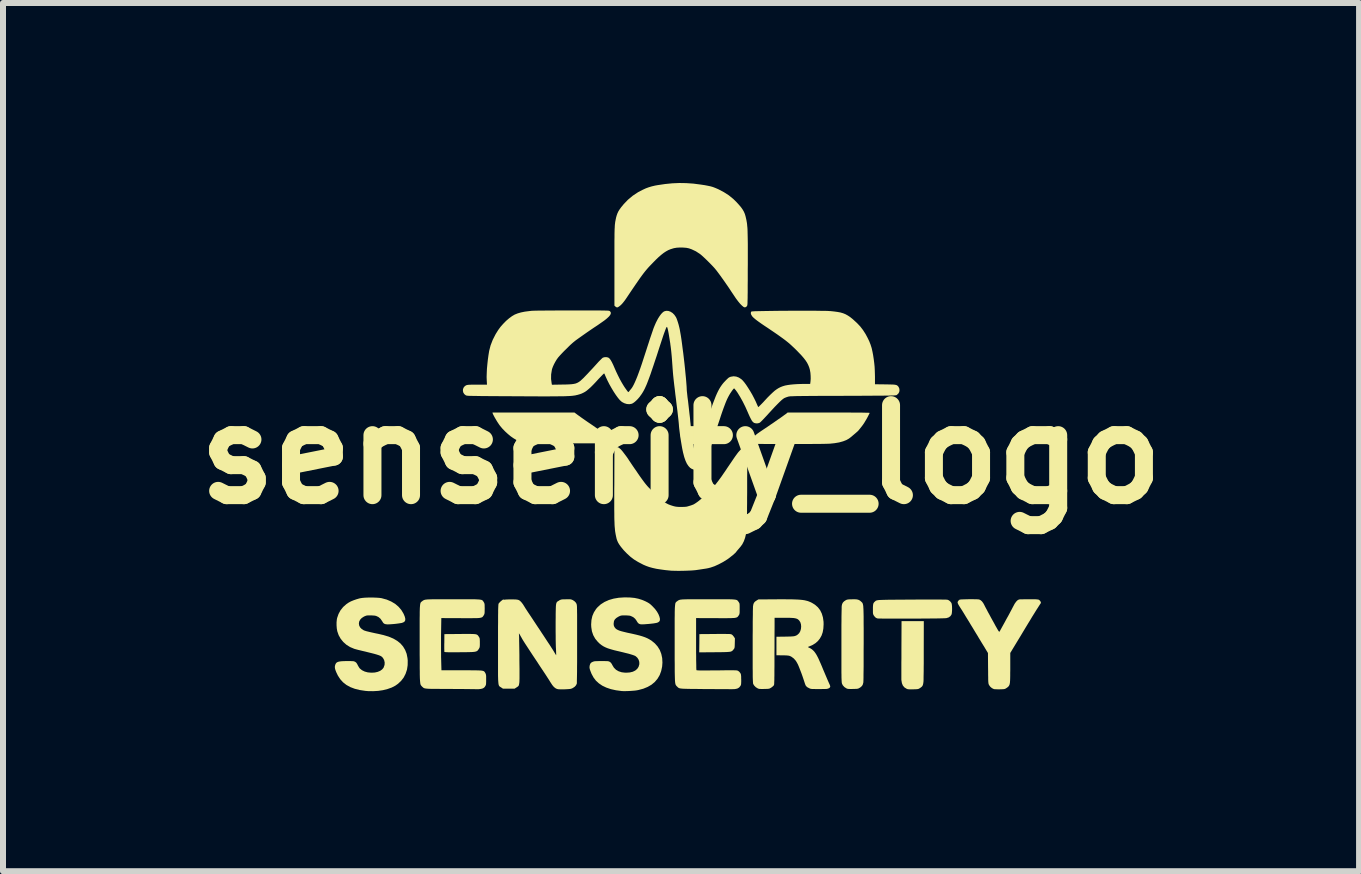
<source format=kicad_pcb>
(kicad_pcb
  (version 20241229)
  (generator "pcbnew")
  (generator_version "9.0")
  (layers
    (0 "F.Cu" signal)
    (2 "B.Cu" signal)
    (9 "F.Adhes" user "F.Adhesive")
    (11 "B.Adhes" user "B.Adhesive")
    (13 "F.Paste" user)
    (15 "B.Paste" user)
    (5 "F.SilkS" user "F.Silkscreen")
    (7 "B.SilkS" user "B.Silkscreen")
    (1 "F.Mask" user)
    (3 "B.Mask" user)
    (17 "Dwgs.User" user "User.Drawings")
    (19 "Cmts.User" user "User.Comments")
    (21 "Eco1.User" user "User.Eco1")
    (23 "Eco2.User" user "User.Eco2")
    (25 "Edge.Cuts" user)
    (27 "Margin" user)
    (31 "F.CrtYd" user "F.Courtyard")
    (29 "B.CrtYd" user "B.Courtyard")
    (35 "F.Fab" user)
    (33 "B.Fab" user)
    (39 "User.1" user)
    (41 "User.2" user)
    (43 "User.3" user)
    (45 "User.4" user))
  (footprint "senserity_logo"
    (layer "F.Cu")
    (at 8.3 4.524)
    (property "Reference" "senserity_logo" (at 0 0 0) (layer "F.SilkS") (effects (font (size 1.5 1.5) (thickness 0.3))))
    (attr board_only exclude_from_pos_files exclude_from_bom)
    (fp_poly (pts (xy 0.73 2.991) (xy 0.766 2.992) (xy 0.794 2.992) (xy 0.814 2.993) (xy 0.828 2.995) (xy 0.838 2.997) (xy 0.84 2.998) (xy 0.858 3.01) (xy 0.875 3.031) (xy 0.879 3.035) (xy 0.898 3.065) (xy 0.896 3.146) (xy 0.895 3.179) (xy 0.894 3.202) (xy 0.892 3.218) (xy 0.889 3.229) (xy 0.884 3.238) (xy 0.876 3.248) (xy 0.875 3.249) (xy 0.867 3.26) (xy 0.859 3.268) (xy 0.85 3.276) (xy 0.84 3.281) (xy 0.827 3.286) (xy 0.809 3.289) (xy 0.786 3.291) (xy 0.756 3.293) (xy 0.719 3.294) (xy 0.672 3.295) (xy 0.616 3.295) (xy 0.558 3.296) (xy 0.303 3.298) (xy 0.305 3.146) (xy 0.306 2.994) (xy 0.563 2.992) (xy 0.63 2.991) (xy 0.685 2.991)) (stroke (width 0) (type solid)) (fill yes) (layer "F.SilkS"))
    (fp_poly (pts (xy 4.045 3.259) (xy 4.045 3.336) (xy 4.045 3.411) (xy 4.045 3.482) (xy 4.044 3.549) (xy 4.044 3.61) (xy 4.043 3.664) (xy 4.042 3.71) (xy 4.042 3.747) (xy 4.041 3.774) (xy 4.04 3.79) (xy 4.04 3.791) (xy 4.035 3.824) (xy 4.028 3.848) (xy 4.016 3.867) (xy 3.997 3.883) (xy 3.981 3.894) (xy 3.968 3.902) (xy 3.957 3.907) (xy 3.944 3.91) (xy 3.928 3.912) (xy 3.905 3.913) (xy 3.872 3.914) (xy 3.867 3.914) (xy 3.831 3.915) (xy 3.805 3.914) (xy 3.786 3.913) (xy 3.772 3.91) (xy 3.76 3.905) (xy 3.758 3.904) (xy 3.723 3.882) (xy 3.697 3.851) (xy 3.681 3.812) (xy 3.673 3.764) (xy 3.672 3.753) (xy 3.672 3.741) (xy 3.672 3.717) (xy 3.672 3.683) (xy 3.672 3.64) (xy 3.672 3.589) (xy 3.672 3.531) (xy 3.672 3.466) (xy 3.673 3.397) (xy 3.673 3.324) (xy 3.673 3.248) (xy 3.673 3.246) (xy 3.675 2.778) (xy 3.86 2.778) (xy 4.046 2.778)) (stroke (width 0) (type solid)) (fill yes) (layer "F.SilkS"))
    (fp_poly (pts (xy -3.519 2.991) (xy -3.482 2.992) (xy -3.453 2.993) (xy -3.431 2.995) (xy -3.414 2.998) (xy -3.402 3.003) (xy -3.392 3.009) (xy -3.385 3.016) (xy -3.378 3.025) (xy -3.371 3.036) (xy -3.371 3.036) (xy -3.363 3.048) (xy -3.358 3.06) (xy -3.355 3.072) (xy -3.354 3.089) (xy -3.353 3.114) (xy -3.353 3.14) (xy -3.353 3.171) (xy -3.354 3.194) (xy -3.356 3.209) (xy -3.359 3.221) (xy -3.365 3.232) (xy -3.371 3.242) (xy -3.379 3.254) (xy -3.387 3.264) (xy -3.395 3.273) (xy -3.406 3.279) (xy -3.419 3.284) (xy -3.436 3.288) (xy -3.46 3.291) (xy -3.489 3.293) (xy -3.527 3.294) (xy -3.573 3.295) (xy -3.63 3.295) (xy -3.689 3.296) (xy -3.753 3.296) (xy -3.806 3.296) (xy -3.849 3.296) (xy -3.882 3.296) (xy -3.908 3.295) (xy -3.925 3.294) (xy -3.936 3.293) (xy -3.942 3.291) (xy -3.944 3.29) (xy -3.945 3.281) (xy -3.945 3.262) (xy -3.946 3.235) (xy -3.946 3.201) (xy -3.946 3.161) (xy -3.945 3.138) (xy -3.944 2.994) (xy -3.687 2.992) (xy -3.62 2.991) (xy -3.564 2.991)) (stroke (width 0) (type solid)) (fill yes) (layer "F.SilkS"))
    (fp_poly (pts (xy -1.728 -0.663) (xy -1.703 -0.645) (xy -1.67 -0.621) (xy -1.63 -0.593) (xy -1.583 -0.56) (xy -1.532 -0.525) (xy -1.477 -0.488) (xy -1.421 -0.449) (xy -1.384 -0.424) (xy -1.339 -0.393) (xy -1.304 -0.368) (xy -1.275 -0.348) (xy -1.252 -0.33) (xy -1.234 -0.314) (xy -1.218 -0.298) (xy -1.202 -0.282) (xy -1.201 -0.281) (xy -1.183 -0.26) (xy -1.173 -0.245) (xy -1.17 -0.234) (xy -1.172 -0.223) (xy -1.176 -0.216) (xy -1.178 -0.211) (xy -1.181 -0.207) (xy -1.185 -0.203) (xy -1.19 -0.199) (xy -1.198 -0.197) (xy -1.209 -0.194) (xy -1.223 -0.192) (xy -1.242 -0.191) (xy -1.267 -0.189) (xy -1.297 -0.188) (xy -1.334 -0.187) (xy -1.378 -0.187) (xy -1.43 -0.186) (xy -1.491 -0.186) (xy -1.562 -0.186) (xy -1.643 -0.186) (xy -1.734 -0.186) (xy -1.838 -0.186) (xy -1.839 -0.186) (xy -1.926 -0.187) (xy -2.011 -0.187) (xy -2.093 -0.187) (xy -2.17 -0.188) (xy -2.242 -0.188) (xy -2.308 -0.189) (xy -2.367 -0.189) (xy -2.417 -0.19) (xy -2.458 -0.191) (xy -2.489 -0.192) (xy -2.509 -0.192) (xy -2.515 -0.193) (xy -2.586 -0.201) (xy -2.655 -0.214) (xy -2.713 -0.229) (xy -2.75 -0.245) (xy -2.792 -0.27) (xy -2.838 -0.302) (xy -2.884 -0.34) (xy -2.93 -0.382) (xy -2.974 -0.427) (xy -3.014 -0.474) (xy -3.033 -0.5) (xy -3.049 -0.524) (xy -3.068 -0.553) (xy -3.086 -0.584) (xy -3.105 -0.616) (xy -3.12 -0.644) (xy -3.132 -0.668) (xy -3.139 -0.684) (xy -3.139 -0.685) (xy -3.143 -0.699) (xy -2.46 -0.699) (xy -1.776 -0.699)) (stroke (width 0) (type solid)) (fill yes) (layer "F.SilkS"))
    (fp_poly (pts (xy 4.224 2.418) (xy 4.282 2.418) (xy 4.333 2.418) (xy 4.375 2.419) (xy 4.407 2.419) (xy 4.429 2.42) (xy 4.44 2.421) (xy 4.44 2.421) (xy 4.464 2.431) (xy 4.486 2.449) (xy 4.503 2.47) (xy 4.509 2.482) (xy 4.513 2.502) (xy 4.516 2.529) (xy 4.517 2.561) (xy 4.517 2.594) (xy 4.515 2.626) (xy 4.512 2.651) (xy 4.508 2.667) (xy 4.49 2.694) (xy 4.462 2.715) (xy 4.425 2.727) (xy 4.416 2.728) (xy 4.404 2.729) (xy 4.38 2.73) (xy 4.347 2.731) (xy 4.305 2.732) (xy 4.254 2.733) (xy 4.198 2.733) (xy 4.135 2.734) (xy 4.068 2.734) (xy 3.998 2.735) (xy 3.926 2.735) (xy 3.852 2.736) (xy 3.778 2.736) (xy 3.705 2.736) (xy 3.635 2.736) (xy 3.567 2.736) (xy 3.504 2.736) (xy 3.446 2.736) (xy 3.395 2.735) (xy 3.351 2.735) (xy 3.316 2.734) (xy 3.291 2.734) (xy 3.277 2.733) (xy 3.274 2.733) (xy 3.253 2.725) (xy 3.235 2.712) (xy 3.218 2.691) (xy 3.212 2.683) (xy 3.206 2.672) (xy 3.202 2.661) (xy 3.199 2.648) (xy 3.198 2.629) (xy 3.198 2.603) (xy 3.198 2.58) (xy 3.198 2.542) (xy 3.2 2.514) (xy 3.203 2.493) (xy 3.208 2.478) (xy 3.216 2.466) (xy 3.227 2.455) (xy 3.233 2.45) (xy 3.238 2.445) (xy 3.243 2.44) (xy 3.25 2.437) (xy 3.258 2.433) (xy 3.269 2.431) (xy 3.282 2.428) (xy 3.3 2.426) (xy 3.323 2.425) (xy 3.351 2.424) (xy 3.386 2.423) (xy 3.428 2.422) (xy 3.477 2.421) (xy 3.536 2.421) (xy 3.603 2.42) (xy 3.681 2.42) (xy 3.77 2.419) (xy 3.848 2.419) (xy 3.931 2.418) (xy 4.012 2.418) (xy 4.088 2.418) (xy 4.159 2.418)) (stroke (width 0) (type solid)) (fill yes) (layer "F.SilkS"))
    (fp_poly (pts (xy 2.575 -0.699) (xy 2.679 -0.699) (xy 2.771 -0.699) (xy 2.852 -0.698) (xy 2.922 -0.698) (xy 2.982 -0.698) (xy 3.031 -0.697) (xy 3.071 -0.696) (xy 3.102 -0.695) (xy 3.124 -0.695) (xy 3.137 -0.694) (xy 3.142 -0.692) (xy 3.143 -0.692) (xy 3.14 -0.683) (xy 3.131 -0.666) (xy 3.119 -0.642) (xy 3.105 -0.615) (xy 3.089 -0.586) (xy 3.072 -0.558) (xy 3.057 -0.533) (xy 3.053 -0.526) (xy 3.032 -0.495) (xy 3.008 -0.463) (xy 2.98 -0.428) (xy 2.958 -0.401) (xy 2.948 -0.39) (xy 2.93 -0.374) (xy 2.906 -0.353) (xy 2.88 -0.331) (xy 2.854 -0.309) (xy 2.829 -0.288) (xy 2.808 -0.272) (xy 2.799 -0.265) (xy 2.755 -0.24) (xy 2.701 -0.219) (xy 2.636 -0.201) (xy 2.56 -0.188) (xy 2.483 -0.18) (xy 2.463 -0.179) (xy 2.431 -0.178) (xy 2.388 -0.177) (xy 2.334 -0.176) (xy 2.27 -0.175) (xy 2.197 -0.175) (xy 2.114 -0.174) (xy 2.023 -0.174) (xy 1.924 -0.174) (xy 1.818 -0.174) (xy 1.808 -0.174) (xy 1.709 -0.174) (xy 1.621 -0.174) (xy 1.544 -0.174) (xy 1.477 -0.174) (xy 1.42 -0.174) (xy 1.371 -0.175) (xy 1.33 -0.175) (xy 1.296 -0.176) (xy 1.269 -0.176) (xy 1.247 -0.177) (xy 1.23 -0.178) (xy 1.217 -0.179) (xy 1.208 -0.18) (xy 1.201 -0.182) (xy 1.196 -0.183) (xy 1.192 -0.185) (xy 1.19 -0.186) (xy 1.172 -0.201) (xy 1.164 -0.217) (xy 1.166 -0.235) (xy 1.179 -0.257) (xy 1.202 -0.283) (xy 1.208 -0.289) (xy 1.23 -0.311) (xy 1.251 -0.33) (xy 1.274 -0.348) (xy 1.301 -0.367) (xy 1.334 -0.39) (xy 1.367 -0.412) (xy 1.403 -0.436) (xy 1.442 -0.462) (xy 1.485 -0.492) (xy 1.53 -0.522) (xy 1.574 -0.553) (xy 1.617 -0.583) (xy 1.658 -0.611) (xy 1.693 -0.636) (xy 1.723 -0.658) (xy 1.746 -0.674) (xy 1.759 -0.684) (xy 1.776 -0.699) (xy 2.459 -0.699)) (stroke (width 0) (type solid)) (fill yes) (layer "F.SilkS"))
    (fp_poly (pts (xy 2.924 2.415) (xy 2.95 2.42) (xy 2.971 2.429) (xy 2.99 2.442) (xy 3.002 2.453) (xy 3.009 2.459) (xy 3.014 2.465) (xy 3.02 2.47) (xy 3.024 2.477) (xy 3.028 2.486) (xy 3.031 2.497) (xy 3.034 2.51) (xy 3.037 2.528) (xy 3.038 2.551) (xy 3.04 2.578) (xy 3.041 2.612) (xy 3.042 2.652) (xy 3.043 2.7) (xy 3.043 2.756) (xy 3.043 2.821) (xy 3.044 2.895) (xy 3.044 2.981) (xy 3.044 3.077) (xy 3.044 3.152) (xy 3.043 3.261) (xy 3.043 3.362) (xy 3.043 3.453) (xy 3.043 3.535) (xy 3.042 3.606) (xy 3.041 3.668) (xy 3.041 3.718) (xy 3.04 3.758) (xy 3.039 3.786) (xy 3.038 3.802) (xy 3.037 3.805) (xy 3.029 3.835) (xy 3.016 3.857) (xy 2.995 3.877) (xy 2.979 3.888) (xy 2.966 3.895) (xy 2.955 3.901) (xy 2.942 3.904) (xy 2.926 3.906) (xy 2.902 3.907) (xy 2.87 3.908) (xy 2.865 3.908) (xy 2.829 3.909) (xy 2.803 3.908) (xy 2.784 3.907) (xy 2.77 3.904) (xy 2.758 3.899) (xy 2.756 3.898) (xy 2.722 3.876) (xy 2.696 3.847) (xy 2.682 3.819) (xy 2.681 3.813) (xy 2.679 3.805) (xy 2.678 3.795) (xy 2.677 3.781) (xy 2.676 3.764) (xy 2.675 3.741) (xy 2.674 3.713) (xy 2.674 3.678) (xy 2.673 3.637) (xy 2.673 3.588) (xy 2.673 3.53) (xy 2.673 3.463) (xy 2.673 3.386) (xy 2.673 3.298) (xy 2.673 3.198) (xy 2.673 3.177) (xy 2.673 3.087) (xy 2.673 3) (xy 2.673 2.918) (xy 2.673 2.842) (xy 2.674 2.771) (xy 2.674 2.708) (xy 2.675 2.652) (xy 2.676 2.606) (xy 2.677 2.568) (xy 2.677 2.542) (xy 2.678 2.526) (xy 2.678 2.524) (xy 2.685 2.493) (xy 2.697 2.469) (xy 2.716 2.449) (xy 2.737 2.434) (xy 2.75 2.427) (xy 2.762 2.421) (xy 2.775 2.418) (xy 2.792 2.416) (xy 2.817 2.414) (xy 2.847 2.414) (xy 2.891 2.413)) (stroke (width 0) (type solid)) (fill yes) (layer "F.SilkS"))
    (fp_poly (pts (xy 4.89 2.413) (xy 4.923 2.413) (xy 4.949 2.415) (xy 4.965 2.416) (xy 4.968 2.417) (xy 4.99 2.427) (xy 5.014 2.447) (xy 5.036 2.476) (xy 5.056 2.512) (xy 5.056 2.513) (xy 5.064 2.529) (xy 5.077 2.554) (xy 5.095 2.587) (xy 5.115 2.626) (xy 5.139 2.669) (xy 5.164 2.716) (xy 5.189 2.761) (xy 5.218 2.813) (xy 5.241 2.856) (xy 5.26 2.889) (xy 5.274 2.914) (xy 5.285 2.932) (xy 5.293 2.945) (xy 5.299 2.951) (xy 5.303 2.954) (xy 5.306 2.954) (xy 5.309 2.951) (xy 5.309 2.95) (xy 5.316 2.939) (xy 5.326 2.92) (xy 5.34 2.895) (xy 5.355 2.867) (xy 5.357 2.864) (xy 5.374 2.833) (xy 5.395 2.795) (xy 5.417 2.754) (xy 5.439 2.714) (xy 5.449 2.697) (xy 5.469 2.66) (xy 5.49 2.62) (xy 5.511 2.581) (xy 5.528 2.548) (xy 5.535 2.535) (xy 5.56 2.488) (xy 5.585 2.453) (xy 5.609 2.429) (xy 5.632 2.417) (xy 5.635 2.417) (xy 5.647 2.415) (xy 5.669 2.414) (xy 5.7 2.414) (xy 5.737 2.413) (xy 5.778 2.413) (xy 5.801 2.413) (xy 5.849 2.413) (xy 5.887 2.413) (xy 5.915 2.414) (xy 5.936 2.416) (xy 5.95 2.418) (xy 5.96 2.42) (xy 5.964 2.422) (xy 5.978 2.433) (xy 5.99 2.448) (xy 5.997 2.464) (xy 5.997 2.476) (xy 5.997 2.476) (xy 5.992 2.484) (xy 5.981 2.5) (xy 5.967 2.522) (xy 5.951 2.547) (xy 5.948 2.552) (xy 5.931 2.578) (xy 5.909 2.613) (xy 5.885 2.652) (xy 5.859 2.693) (xy 5.835 2.733) (xy 5.831 2.74) (xy 5.811 2.773) (xy 5.785 2.815) (xy 5.756 2.863) (xy 5.724 2.916) (xy 5.691 2.971) (xy 5.658 3.026) (xy 5.625 3.08) (xy 5.622 3.085) (xy 5.487 3.308) (xy 5.487 3.539) (xy 5.487 3.593) (xy 5.486 3.645) (xy 5.486 3.692) (xy 5.485 3.734) (xy 5.484 3.768) (xy 5.482 3.793) (xy 5.481 3.807) (xy 5.474 3.838) (xy 5.462 3.861) (xy 5.442 3.88) (xy 5.422 3.894) (xy 5.409 3.902) (xy 5.398 3.907) (xy 5.385 3.91) (xy 5.368 3.912) (xy 5.345 3.913) (xy 5.311 3.914) (xy 5.311 3.914) (xy 5.279 3.914) (xy 5.25 3.913) (xy 5.227 3.912) (xy 5.213 3.91) (xy 5.213 3.91) (xy 5.181 3.894) (xy 5.153 3.87) (xy 5.133 3.842) (xy 5.13 3.835) (xy 5.127 3.828) (xy 5.124 3.819) (xy 5.123 3.808) (xy 5.121 3.793) (xy 5.12 3.773) (xy 5.119 3.746) (xy 5.119 3.713) (xy 5.118 3.67) (xy 5.118 3.618) (xy 5.117 3.561) (xy 5.115 3.309) (xy 5.071 3.236) (xy 5.057 3.212) (xy 5.037 3.18) (xy 5.013 3.141) (xy 4.987 3.098) (xy 4.959 3.052) (xy 4.932 3.006) (xy 4.924 2.994) (xy 4.889 2.936) (xy 4.859 2.886) (xy 4.831 2.841) (xy 4.805 2.797) (xy 4.778 2.753) (xy 4.748 2.705) (xy 4.715 2.65) (xy 4.702 2.629) (xy 4.685 2.601) (xy 4.664 2.569) (xy 4.645 2.539) (xy 4.641 2.533) (xy 4.627 2.51) (xy 4.616 2.489) (xy 4.61 2.473) (xy 4.609 2.468) (xy 4.614 2.448) (xy 4.629 2.43) (xy 4.644 2.419) (xy 4.654 2.418) (xy 4.674 2.416) (xy 4.702 2.415) (xy 4.736 2.414) (xy 4.774 2.413) (xy 4.814 2.412) (xy 4.853 2.412)) (stroke (width 0) (type solid)) (fill yes) (layer "F.SilkS"))
    (fp_poly (pts (xy 0.087 -4.522) (xy 0.205 -4.514) (xy 0.328 -4.498) (xy 0.395 -4.488) (xy 0.447 -4.478) (xy 0.49 -4.469) (xy 0.529 -4.458) (xy 0.566 -4.444) (xy 0.606 -4.427) (xy 0.624 -4.419) (xy 0.715 -4.371) (xy 0.796 -4.319) (xy 0.87 -4.259) (xy 0.924 -4.206) (xy 0.966 -4.16) (xy 1 -4.12) (xy 1.026 -4.083) (xy 1.047 -4.047) (xy 1.063 -4.01) (xy 1.075 -3.97) (xy 1.085 -3.927) (xy 1.09 -3.904) (xy 1.094 -3.881) (xy 1.098 -3.858) (xy 1.101 -3.834) (xy 1.103 -3.808) (xy 1.106 -3.78) (xy 1.108 -3.748) (xy 1.109 -3.712) (xy 1.11 -3.671) (xy 1.111 -3.624) (xy 1.112 -3.57) (xy 1.113 -3.508) (xy 1.113 -3.438) (xy 1.113 -3.359) (xy 1.113 -3.269) (xy 1.113 -3.169) (xy 1.112 -3.09) (xy 1.112 -2.99) (xy 1.112 -2.902) (xy 1.111 -2.825) (xy 1.111 -2.758) (xy 1.111 -2.701) (xy 1.11 -2.652) (xy 1.11 -2.611) (xy 1.109 -2.577) (xy 1.108 -2.549) (xy 1.108 -2.527) (xy 1.107 -2.51) (xy 1.106 -2.498) (xy 1.104 -2.488) (xy 1.103 -2.482) (xy 1.101 -2.477) (xy 1.099 -2.474) (xy 1.099 -2.473) (xy 1.082 -2.457) (xy 1.063 -2.451) (xy 1.043 -2.458) (xy 1.043 -2.458) (xy 1.017 -2.479) (xy 0.986 -2.51) (xy 0.952 -2.551) (xy 0.915 -2.6) (xy 0.877 -2.657) (xy 0.871 -2.666) (xy 0.836 -2.718) (xy 0.8 -2.773) (xy 0.762 -2.828) (xy 0.724 -2.883) (xy 0.687 -2.935) (xy 0.652 -2.984) (xy 0.62 -3.027) (xy 0.593 -3.063) (xy 0.571 -3.09) (xy 0.569 -3.093) (xy 0.545 -3.12) (xy 0.515 -3.152) (xy 0.481 -3.187) (xy 0.445 -3.223) (xy 0.409 -3.258) (xy 0.375 -3.29) (xy 0.344 -3.318) (xy 0.32 -3.338) (xy 0.313 -3.343) (xy 0.247 -3.386) (xy 0.177 -3.419) (xy 0.132 -3.435) (xy 0.088 -3.444) (xy 0.037 -3.448) (xy -0.018 -3.449) (xy -0.071 -3.446) (xy -0.118 -3.438) (xy -0.132 -3.434) (xy -0.174 -3.421) (xy -0.213 -3.405) (xy -0.251 -3.384) (xy -0.289 -3.359) (xy -0.33 -3.327) (xy -0.374 -3.289) (xy -0.423 -3.242) (xy -0.464 -3.2) (xy -0.494 -3.169) (xy -0.522 -3.14) (xy -0.548 -3.112) (xy -0.573 -3.083) (xy -0.598 -3.053) (xy -0.624 -3.02) (xy -0.651 -2.984) (xy -0.68 -2.944) (xy -0.712 -2.898) (xy -0.748 -2.846) (xy -0.789 -2.786) (xy -0.835 -2.718) (xy -0.876 -2.657) (xy -0.908 -2.609) (xy -0.935 -2.57) (xy -0.959 -2.539) (xy -0.979 -2.515) (xy -0.998 -2.495) (xy -1.017 -2.478) (xy -1.021 -2.475) (xy -1.043 -2.459) (xy -1.06 -2.451) (xy -1.074 -2.452) (xy -1.089 -2.461) (xy -1.093 -2.465) (xy -1.11 -2.48) (xy -1.11 -3.128) (xy -1.11 -3.236) (xy -1.11 -3.332) (xy -1.11 -3.418) (xy -1.11 -3.494) (xy -1.11 -3.56) (xy -1.109 -3.618) (xy -1.109 -3.668) (xy -1.108 -3.712) (xy -1.107 -3.75) (xy -1.105 -3.782) (xy -1.104 -3.81) (xy -1.102 -3.835) (xy -1.099 -3.856) (xy -1.097 -3.876) (xy -1.093 -3.894) (xy -1.09 -3.912) (xy -1.086 -3.93) (xy -1.082 -3.95) (xy -1.071 -3.988) (xy -1.059 -4.021) (xy -1.043 -4.054) (xy -1.022 -4.087) (xy -0.995 -4.124) (xy -0.959 -4.167) (xy -0.957 -4.17) (xy -0.885 -4.245) (xy -0.805 -4.312) (xy -0.716 -4.371) (xy -0.641 -4.41) (xy -0.587 -4.435) (xy -0.538 -4.453) (xy -0.488 -4.468) (xy -0.433 -4.481) (xy -0.394 -4.488) (xy -0.266 -4.507) (xy -0.145 -4.519) (xy -0.029 -4.524)) (stroke (width 0) (type solid)) (fill yes) (layer "F.SilkS"))
    (fp_poly (pts (xy -3.633 2.413) (xy -3.567 2.413) (xy -3.511 2.413) (xy -3.464 2.413) (xy -3.424 2.414) (xy -3.392 2.416) (xy -3.367 2.417) (xy -3.346 2.42) (xy -3.331 2.422) (xy -3.32 2.426) (xy -3.311 2.431) (xy -3.305 2.436) (xy -3.3 2.442) (xy -3.295 2.449) (xy -3.29 2.458) (xy -3.289 2.459) (xy -3.282 2.47) (xy -3.278 2.48) (xy -3.275 2.492) (xy -3.273 2.509) (xy -3.273 2.532) (xy -3.272 2.565) (xy -3.272 2.57) (xy -3.273 2.605) (xy -3.273 2.629) (xy -3.275 2.646) (xy -3.277 2.659) (xy -3.282 2.669) (xy -3.288 2.68) (xy -3.289 2.683) (xy -3.296 2.692) (xy -3.302 2.701) (xy -3.309 2.708) (xy -3.317 2.714) (xy -3.329 2.718) (xy -3.344 2.722) (xy -3.364 2.725) (xy -3.389 2.727) (xy -3.422 2.728) (xy -3.463 2.728) (xy -3.512 2.729) (xy -3.571 2.729) (xy -3.641 2.729) (xy -3.675 2.728) (xy -3.995 2.727) (xy -3.999 2.97) (xy -4 3.035) (xy -4 3.105) (xy -4 3.176) (xy -4 3.247) (xy -3.999 3.314) (xy -3.999 3.374) (xy -3.998 3.405) (xy -3.993 3.597) (xy -3.656 3.597) (xy -3.579 3.597) (xy -3.514 3.597) (xy -3.46 3.598) (xy -3.414 3.598) (xy -3.378 3.599) (xy -3.348 3.6) (xy -3.325 3.602) (xy -3.308 3.605) (xy -3.295 3.609) (xy -3.285 3.613) (xy -3.278 3.619) (xy -3.272 3.626) (xy -3.267 3.634) (xy -3.263 3.641) (xy -3.257 3.652) (xy -3.253 3.663) (xy -3.25 3.677) (xy -3.248 3.695) (xy -3.248 3.72) (xy -3.248 3.752) (xy -3.248 3.786) (xy -3.249 3.811) (xy -3.25 3.829) (xy -3.253 3.842) (xy -3.258 3.853) (xy -3.262 3.86) (xy -3.274 3.878) (xy -3.291 3.892) (xy -3.312 3.902) (xy -3.339 3.908) (xy -3.374 3.912) (xy -3.419 3.912) (xy -3.458 3.911) (xy -3.473 3.911) (xy -3.498 3.911) (xy -3.534 3.91) (xy -3.578 3.91) (xy -3.63 3.909) (xy -3.687 3.909) (xy -3.75 3.909) (xy -3.816 3.908) (xy -3.882 3.908) (xy -3.961 3.908) (xy -4.029 3.907) (xy -4.087 3.907) (xy -4.135 3.907) (xy -4.175 3.906) (xy -4.207 3.905) (xy -4.233 3.903) (xy -4.253 3.901) (xy -4.269 3.898) (xy -4.281 3.895) (xy -4.29 3.89) (xy -4.298 3.885) (xy -4.304 3.879) (xy -4.312 3.872) (xy -4.317 3.867) (xy -4.323 3.861) (xy -4.328 3.855) (xy -4.333 3.849) (xy -4.337 3.843) (xy -4.341 3.834) (xy -4.344 3.823) (xy -4.346 3.809) (xy -4.348 3.791) (xy -4.35 3.769) (xy -4.352 3.741) (xy -4.353 3.707) (xy -4.354 3.666) (xy -4.354 3.618) (xy -4.355 3.562) (xy -4.355 3.497) (xy -4.355 3.422) (xy -4.356 3.337) (xy -4.356 3.241) (xy -4.356 3.148) (xy -4.356 3.042) (xy -4.356 2.949) (xy -4.356 2.866) (xy -4.356 2.793) (xy -4.356 2.73) (xy -4.355 2.676) (xy -4.355 2.629) (xy -4.354 2.591) (xy -4.353 2.558) (xy -4.351 2.532) (xy -4.349 2.511) (xy -4.347 2.495) (xy -4.344 2.482) (xy -4.341 2.473) (xy -4.338 2.466) (xy -4.333 2.461) (xy -4.328 2.456) (xy -4.323 2.452) (xy -4.317 2.448) (xy -4.317 2.448) (xy -4.308 2.441) (xy -4.301 2.435) (xy -4.293 2.431) (xy -4.284 2.427) (xy -4.274 2.423) (xy -4.26 2.42) (xy -4.243 2.418) (xy -4.221 2.416) (xy -4.194 2.415) (xy -4.161 2.414) (xy -4.12 2.413) (xy -4.071 2.413) (xy -4.014 2.413) (xy -3.946 2.413) (xy -3.867 2.413) (xy -3.799 2.413) (xy -3.71 2.413)) (stroke (width 0) (type solid)) (fill yes) (layer "F.SilkS"))
    (fp_poly (pts (xy -5.118 2.385) (xy -5.07 2.387) (xy -5.027 2.39) (xy -4.993 2.395) (xy -4.988 2.396) (xy -4.904 2.419) (xy -4.83 2.451) (xy -4.764 2.49) (xy -4.708 2.538) (xy -4.661 2.593) (xy -4.624 2.655) (xy -4.605 2.7) (xy -4.596 2.735) (xy -4.596 2.762) (xy -4.606 2.783) (xy -4.627 2.798) (xy -4.655 2.808) (xy -4.68 2.812) (xy -4.713 2.817) (xy -4.751 2.822) (xy -4.79 2.826) (xy -4.828 2.829) (xy -4.862 2.831) (xy -4.889 2.832) (xy -4.904 2.831) (xy -4.931 2.827) (xy -4.951 2.818) (xy -4.966 2.803) (xy -4.981 2.778) (xy -4.984 2.774) (xy -5.009 2.738) (xy -5.043 2.709) (xy -5.084 2.69) (xy -5.087 2.69) (xy -5.104 2.686) (xy -5.13 2.684) (xy -5.16 2.682) (xy -5.178 2.682) (xy -5.208 2.682) (xy -5.229 2.683) (xy -5.246 2.686) (xy -5.262 2.692) (xy -5.281 2.7) (xy -5.285 2.702) (xy -5.322 2.726) (xy -5.348 2.754) (xy -5.364 2.785) (xy -5.369 2.818) (xy -5.364 2.851) (xy -5.348 2.882) (xy -5.322 2.909) (xy -5.285 2.932) (xy -5.27 2.937) (xy -5.245 2.945) (xy -5.213 2.953) (xy -5.175 2.962) (xy -5.135 2.971) (xy -5.126 2.973) (xy -5.085 2.982) (xy -5.045 2.99) (xy -5.01 2.998) (xy -4.981 3.005) (xy -4.961 3.009) (xy -4.959 3.01) (xy -4.872 3.036) (xy -4.796 3.068) (xy -4.731 3.106) (xy -4.676 3.15) (xy -4.632 3.201) (xy -4.598 3.258) (xy -4.573 3.322) (xy -4.559 3.393) (xy -4.555 3.432) (xy -4.556 3.511) (xy -4.567 3.585) (xy -4.59 3.654) (xy -4.622 3.717) (xy -4.665 3.773) (xy -4.717 3.822) (xy -4.764 3.855) (xy -4.823 3.885) (xy -4.891 3.909) (xy -4.966 3.928) (xy -5.046 3.94) (xy -5.13 3.945) (xy -5.215 3.944) (xy -5.261 3.94) (xy -5.354 3.926) (xy -5.438 3.905) (xy -5.512 3.877) (xy -5.577 3.841) (xy -5.633 3.797) (xy -5.68 3.745) (xy -5.719 3.685) (xy -5.745 3.631) (xy -5.758 3.598) (xy -5.766 3.572) (xy -5.769 3.552) (xy -5.769 3.532) (xy -5.765 3.513) (xy -5.758 3.493) (xy -5.748 3.477) (xy -5.735 3.465) (xy -5.715 3.456) (xy -5.689 3.45) (xy -5.655 3.446) (xy -5.61 3.444) (xy -5.564 3.443) (xy -5.524 3.443) (xy -5.494 3.444) (xy -5.473 3.445) (xy -5.458 3.446) (xy -5.447 3.449) (xy -5.438 3.453) (xy -5.429 3.457) (xy -5.411 3.472) (xy -5.396 3.495) (xy -5.389 3.51) (xy -5.376 3.533) (xy -5.363 3.554) (xy -5.353 3.567) (xy -5.317 3.596) (xy -5.272 3.618) (xy -5.22 3.632) (xy -5.161 3.637) (xy -5.156 3.637) (xy -5.103 3.634) (xy -5.055 3.623) (xy -5.014 3.606) (xy -4.982 3.583) (xy -4.959 3.556) (xy -4.956 3.549) (xy -4.941 3.507) (xy -4.939 3.467) (xy -4.948 3.427) (xy -4.966 3.394) (xy -4.975 3.383) (xy -4.986 3.372) (xy -5 3.362) (xy -5.018 3.353) (xy -5.042 3.344) (xy -5.073 3.334) (xy -5.111 3.323) (xy -5.158 3.311) (xy -5.215 3.297) (xy -5.262 3.285) (xy -5.306 3.275) (xy -5.347 3.265) (xy -5.384 3.256) (xy -5.414 3.248) (xy -5.436 3.242) (xy -5.446 3.239) (xy -5.515 3.21) (xy -5.576 3.172) (xy -5.629 3.125) (xy -5.672 3.072) (xy -5.706 3.012) (xy -5.729 2.946) (xy -5.737 2.901) (xy -5.741 2.849) (xy -5.741 2.796) (xy -5.736 2.748) (xy -5.731 2.724) (xy -5.708 2.658) (xy -5.675 2.597) (xy -5.631 2.542) (xy -5.578 2.495) (xy -5.54 2.469) (xy -5.503 2.449) (xy -5.457 2.43) (xy -5.408 2.413) (xy -5.359 2.399) (xy -5.345 2.396) (xy -5.312 2.391) (xy -5.27 2.387) (xy -5.221 2.385) (xy -5.17 2.384)) (stroke (width 0) (type solid)) (fill yes) (layer "F.SilkS"))
    (fp_poly (pts (xy 0.682 2.413) (xy 0.737 2.413) (xy 0.784 2.413) (xy 0.823 2.414) (xy 0.855 2.415) (xy 0.88 2.417) (xy 0.9 2.419) (xy 0.915 2.422) (xy 0.927 2.425) (xy 0.936 2.43) (xy 0.942 2.435) (xy 0.947 2.441) (xy 0.953 2.448) (xy 0.958 2.456) (xy 0.959 2.457) (xy 0.966 2.467) (xy 0.971 2.477) (xy 0.975 2.487) (xy 0.976 2.502) (xy 0.977 2.522) (xy 0.977 2.551) (xy 0.977 2.57) (xy 0.977 2.605) (xy 0.977 2.63) (xy 0.975 2.647) (xy 0.973 2.66) (xy 0.969 2.67) (xy 0.963 2.68) (xy 0.961 2.683) (xy 0.954 2.693) (xy 0.948 2.701) (xy 0.941 2.708) (xy 0.933 2.714) (xy 0.921 2.718) (xy 0.906 2.722) (xy 0.886 2.725) (xy 0.86 2.726) (xy 0.827 2.728) (xy 0.786 2.728) (xy 0.736 2.729) (xy 0.677 2.729) (xy 0.607 2.728) (xy 0.572 2.728) (xy 0.251 2.727) (xy 0.251 3.157) (xy 0.251 3.228) (xy 0.251 3.297) (xy 0.252 3.361) (xy 0.252 3.419) (xy 0.253 3.47) (xy 0.254 3.514) (xy 0.254 3.55) (xy 0.255 3.575) (xy 0.256 3.59) (xy 0.257 3.594) (xy 0.26 3.596) (xy 0.267 3.597) (xy 0.279 3.598) (xy 0.297 3.599) (xy 0.322 3.6) (xy 0.354 3.6) (xy 0.395 3.6) (xy 0.445 3.6) (xy 0.506 3.599) (xy 0.579 3.599) (xy 0.596 3.599) (xy 0.669 3.598) (xy 0.731 3.597) (xy 0.782 3.597) (xy 0.824 3.597) (xy 0.858 3.597) (xy 0.884 3.597) (xy 0.904 3.598) (xy 0.92 3.598) (xy 0.931 3.6) (xy 0.939 3.601) (xy 0.945 3.604) (xy 0.95 3.606) (xy 0.952 3.607) (xy 0.97 3.621) (xy 0.985 3.639) (xy 0.988 3.643) (xy 0.994 3.654) (xy 0.998 3.666) (xy 1 3.681) (xy 1.002 3.703) (xy 1.002 3.732) (xy 1.003 3.751) (xy 1.003 3.785) (xy 1.002 3.809) (xy 1.001 3.827) (xy 0.998 3.84) (xy 0.994 3.85) (xy 0.989 3.859) (xy 0.967 3.885) (xy 0.937 3.902) (xy 0.898 3.91) (xy 0.884 3.911) (xy 0.871 3.911) (xy 0.847 3.912) (xy 0.813 3.912) (xy 0.77 3.911) (xy 0.719 3.911) (xy 0.661 3.911) (xy 0.597 3.911) (xy 0.529 3.91) (xy 0.458 3.91) (xy 0.418 3.91) (xy 0.333 3.909) (xy 0.26 3.908) (xy 0.197 3.908) (xy 0.144 3.907) (xy 0.1 3.906) (xy 0.063 3.905) (xy 0.033 3.904) (xy 0.01 3.902) (xy -0.008 3.9) (xy -0.023 3.897) (xy -0.034 3.893) (xy -0.042 3.889) (xy -0.049 3.884) (xy -0.056 3.878) (xy -0.062 3.871) (xy -0.067 3.867) (xy -0.073 3.861) (xy -0.078 3.855) (xy -0.083 3.849) (xy -0.087 3.843) (xy -0.091 3.834) (xy -0.094 3.823) (xy -0.097 3.809) (xy -0.099 3.791) (xy -0.101 3.768) (xy -0.102 3.741) (xy -0.103 3.707) (xy -0.104 3.666) (xy -0.105 3.618) (xy -0.105 3.562) (xy -0.105 3.497) (xy -0.106 3.422) (xy -0.106 3.337) (xy -0.106 3.241) (xy -0.106 3.148) (xy -0.106 3.042) (xy -0.106 2.948) (xy -0.106 2.865) (xy -0.106 2.793) (xy -0.106 2.73) (xy -0.105 2.675) (xy -0.105 2.629) (xy -0.104 2.59) (xy -0.103 2.558) (xy -0.101 2.532) (xy -0.099 2.511) (xy -0.097 2.495) (xy -0.095 2.482) (xy -0.091 2.473) (xy -0.088 2.466) (xy -0.083 2.461) (xy -0.079 2.456) (xy -0.073 2.452) (xy -0.067 2.448) (xy -0.067 2.448) (xy -0.058 2.441) (xy -0.051 2.435) (xy -0.043 2.431) (xy -0.034 2.427) (xy -0.024 2.423) (xy -0.01 2.42) (xy 0.007 2.418) (xy 0.028 2.416) (xy 0.055 2.415) (xy 0.089 2.414) (xy 0.13 2.413) (xy 0.178 2.413) (xy 0.236 2.413) (xy 0.304 2.413) (xy 0.382 2.413) (xy 0.452 2.413) (xy 0.54 2.413) (xy 0.616 2.413)) (stroke (width 0) (type solid)) (fill yes) (layer "F.SilkS"))
    (fp_poly (pts (xy -0.845 2.384) (xy -0.775 2.391) (xy -0.712 2.404) (xy -0.651 2.423) (xy -0.592 2.448) (xy -0.588 2.45) (xy -0.557 2.466) (xy -0.532 2.481) (xy -0.511 2.497) (xy -0.488 2.518) (xy -0.47 2.536) (xy -0.431 2.578) (xy -0.401 2.619) (xy -0.377 2.661) (xy -0.361 2.7) (xy -0.352 2.735) (xy -0.352 2.763) (xy -0.363 2.784) (xy -0.384 2.799) (xy -0.408 2.807) (xy -0.43 2.811) (xy -0.46 2.816) (xy -0.495 2.82) (xy -0.534 2.824) (xy -0.572 2.827) (xy -0.608 2.83) (xy -0.638 2.831) (xy -0.661 2.831) (xy -0.67 2.831) (xy -0.693 2.825) (xy -0.71 2.815) (xy -0.725 2.798) (xy -0.741 2.772) (xy -0.741 2.771) (xy -0.765 2.738) (xy -0.797 2.711) (xy -0.837 2.692) (xy -0.843 2.69) (xy -0.861 2.686) (xy -0.886 2.684) (xy -0.916 2.682) (xy -0.935 2.682) (xy -0.965 2.682) (xy -0.986 2.683) (xy -1.002 2.686) (xy -1.018 2.691) (xy -1.036 2.7) (xy -1.043 2.703) (xy -1.078 2.725) (xy -1.102 2.748) (xy -1.117 2.775) (xy -1.122 2.808) (xy -1.123 2.817) (xy -1.122 2.842) (xy -1.117 2.861) (xy -1.108 2.878) (xy -1.107 2.88) (xy -1.094 2.897) (xy -1.078 2.911) (xy -1.057 2.923) (xy -1.03 2.935) (xy -0.995 2.946) (xy -0.952 2.957) (xy -0.898 2.97) (xy -0.884 2.973) (xy -0.809 2.989) (xy -0.744 3.004) (xy -0.689 3.018) (xy -0.642 3.032) (xy -0.602 3.046) (xy -0.566 3.061) (xy -0.535 3.077) (xy -0.505 3.095) (xy -0.491 3.104) (xy -0.436 3.149) (xy -0.39 3.201) (xy -0.354 3.259) (xy -0.329 3.324) (xy -0.314 3.394) (xy -0.31 3.469) (xy -0.315 3.535) (xy -0.331 3.61) (xy -0.356 3.677) (xy -0.392 3.738) (xy -0.437 3.791) (xy -0.492 3.837) (xy -0.556 3.874) (xy -0.629 3.904) (xy -0.712 3.926) (xy -0.738 3.931) (xy -0.767 3.935) (xy -0.803 3.938) (xy -0.844 3.941) (xy -0.885 3.943) (xy -0.925 3.944) (xy -0.96 3.944) (xy -0.985 3.943) (xy -0.987 3.943) (xy -1.084 3.93) (xy -1.17 3.911) (xy -1.246 3.885) (xy -1.313 3.853) (xy -1.37 3.814) (xy -1.419 3.769) (xy -1.459 3.716) (xy -1.492 3.655) (xy -1.495 3.647) (xy -1.51 3.609) (xy -1.52 3.58) (xy -1.525 3.557) (xy -1.525 3.537) (xy -1.522 3.518) (xy -1.522 3.515) (xy -1.514 3.492) (xy -1.505 3.477) (xy -1.492 3.466) (xy -1.472 3.456) (xy -1.461 3.452) (xy -1.449 3.448) (xy -1.434 3.446) (xy -1.413 3.445) (xy -1.385 3.444) (xy -1.348 3.443) (xy -1.327 3.443) (xy -1.286 3.443) (xy -1.255 3.444) (xy -1.232 3.444) (xy -1.217 3.446) (xy -1.205 3.448) (xy -1.196 3.452) (xy -1.188 3.456) (xy -1.186 3.457) (xy -1.168 3.472) (xy -1.153 3.494) (xy -1.145 3.51) (xy -1.119 3.553) (xy -1.084 3.588) (xy -1.041 3.613) (xy -0.989 3.63) (xy -0.93 3.637) (xy -0.911 3.637) (xy -0.854 3.633) (xy -0.804 3.621) (xy -0.763 3.601) (xy -0.731 3.574) (xy -0.708 3.54) (xy -0.696 3.499) (xy -0.695 3.494) (xy -0.696 3.457) (xy -0.707 3.421) (xy -0.727 3.389) (xy -0.754 3.364) (xy -0.767 3.356) (xy -0.784 3.349) (xy -0.806 3.341) (xy -0.835 3.332) (xy -0.872 3.321) (xy -0.917 3.31) (xy -0.973 3.296) (xy -1.039 3.28) (xy -1.049 3.278) (xy -1.116 3.262) (xy -1.172 3.246) (xy -1.22 3.231) (xy -1.261 3.214) (xy -1.296 3.196) (xy -1.327 3.176) (xy -1.356 3.153) (xy -1.385 3.125) (xy -1.386 3.124) (xy -1.43 3.071) (xy -1.463 3.012) (xy -1.485 2.948) (xy -1.496 2.877) (xy -1.498 2.833) (xy -1.493 2.759) (xy -1.478 2.692) (xy -1.452 2.631) (xy -1.416 2.575) (xy -1.391 2.546) (xy -1.338 2.498) (xy -1.275 2.458) (xy -1.204 2.426) (xy -1.125 2.403) (xy -1.038 2.388) (xy -0.944 2.382) (xy -0.924 2.382)) (stroke (width 0) (type solid)) (fill yes) (layer "F.SilkS"))
    (fp_poly (pts (xy 1.072 -0.123) (xy 1.077 -0.121) (xy 1.081 -0.119) (xy 1.085 -0.116) (xy 1.089 -0.112) (xy 1.092 -0.106) (xy 1.094 -0.098) (xy 1.096 -0.086) (xy 1.098 -0.069) (xy 1.1 -0.048) (xy 1.101 -0.021) (xy 1.101 0.011) (xy 1.102 0.051) (xy 1.102 0.099) (xy 1.103 0.155) (xy 1.103 0.22) (xy 1.103 0.295) (xy 1.102 0.38) (xy 1.102 0.477) (xy 1.102 0.547) (xy 1.102 0.637) (xy 1.101 0.723) (xy 1.101 0.806) (xy 1.1 0.884) (xy 1.1 0.958) (xy 1.099 1.025) (xy 1.098 1.084) (xy 1.098 1.136) (xy 1.097 1.179) (xy 1.096 1.211) (xy 1.095 1.233) (xy 1.095 1.242) (xy 1.084 1.319) (xy 1.068 1.387) (xy 1.047 1.446) (xy 1.021 1.497) (xy 0.988 1.542) (xy 0.986 1.544) (xy 0.959 1.575) (xy 0.937 1.601) (xy 0.921 1.621) (xy 0.912 1.633) (xy 0.911 1.634) (xy 0.901 1.644) (xy 0.884 1.659) (xy 0.862 1.679) (xy 0.836 1.699) (xy 0.81 1.72) (xy 0.786 1.738) (xy 0.77 1.749) (xy 0.701 1.792) (xy 0.629 1.83) (xy 0.559 1.862) (xy 0.492 1.885) (xy 0.479 1.888) (xy 0.453 1.895) (xy 0.416 1.902) (xy 0.369 1.909) (xy 0.311 1.918) (xy 0.242 1.928) (xy 0.241 1.928) (xy 0.209 1.931) (xy 0.168 1.934) (xy 0.12 1.936) (xy 0.067 1.938) (xy 0.013 1.939) (xy -0.04 1.94) (xy -0.09 1.939) (xy -0.133 1.938) (xy -0.167 1.937) (xy -0.173 1.936) (xy -0.263 1.927) (xy -0.343 1.916) (xy -0.413 1.905) (xy -0.475 1.891) (xy -0.53 1.876) (xy -0.58 1.858) (xy -0.627 1.838) (xy -0.656 1.823) (xy -0.681 1.81) (xy -0.704 1.798) (xy -0.72 1.789) (xy -0.727 1.785) (xy -0.784 1.75) (xy -0.843 1.705) (xy -0.901 1.652) (xy -0.957 1.594) (xy -1.003 1.538) (xy -1.028 1.503) (xy -1.047 1.472) (xy -1.061 1.442) (xy -1.073 1.409) (xy -1.082 1.368) (xy -1.085 1.354) (xy -1.09 1.33) (xy -1.094 1.307) (xy -1.098 1.283) (xy -1.101 1.258) (xy -1.103 1.231) (xy -1.106 1.202) (xy -1.108 1.169) (xy -1.109 1.131) (xy -1.111 1.088) (xy -1.112 1.039) (xy -1.112 0.984) (xy -1.113 0.92) (xy -1.113 0.848) (xy -1.113 0.766) (xy -1.113 0.674) (xy -1.113 0.571) (xy -1.112 0.506) (xy -1.11 -0.092) (xy -1.093 -0.108) (xy -1.078 -0.119) (xy -1.063 -0.123) (xy -1.046 -0.118) (xy -1.026 -0.104) (xy -1.006 -0.087) (xy -0.994 -0.074) (xy -0.976 -0.053) (xy -0.956 -0.027) (xy -0.934 0.002) (xy -0.912 0.031) (xy -0.892 0.059) (xy -0.878 0.08) (xy -0.867 0.098) (xy -0.849 0.124) (xy -0.827 0.157) (xy -0.802 0.194) (xy -0.774 0.235) (xy -0.745 0.276) (xy -0.717 0.318) (xy -0.69 0.357) (xy -0.665 0.392) (xy -0.644 0.421) (xy -0.628 0.443) (xy -0.621 0.452) (xy -0.604 0.475) (xy -0.588 0.495) (xy -0.572 0.514) (xy -0.554 0.535) (xy -0.532 0.558) (xy -0.504 0.586) (xy -0.471 0.621) (xy -0.462 0.63) (xy -0.41 0.681) (xy -0.365 0.724) (xy -0.324 0.759) (xy -0.286 0.788) (xy -0.25 0.811) (xy -0.214 0.83) (xy -0.176 0.845) (xy -0.139 0.857) (xy -0.114 0.864) (xy -0.091 0.869) (xy -0.068 0.872) (xy -0.04 0.874) (xy -0.005 0.874) (xy -0.000001 0.874) (xy 0.036 0.874) (xy 0.063 0.873) (xy 0.086 0.871) (xy 0.106 0.867) (xy 0.129 0.86) (xy 0.139 0.857) (xy 0.166 0.849) (xy 0.19 0.84) (xy 0.208 0.833) (xy 0.212 0.831) (xy 0.243 0.812) (xy 0.28 0.786) (xy 0.322 0.752) (xy 0.367 0.713) (xy 0.413 0.671) (xy 0.459 0.626) (xy 0.504 0.58) (xy 0.545 0.535) (xy 0.579 0.494) (xy 0.598 0.47) (xy 0.617 0.446) (xy 0.636 0.42) (xy 0.656 0.393) (xy 0.679 0.361) (xy 0.704 0.324) (xy 0.734 0.281) (xy 0.768 0.23) (xy 0.808 0.171) (xy 0.821 0.152) (xy 0.855 0.102) (xy 0.882 0.062) (xy 0.905 0.029) (xy 0.924 0.003) (xy 0.94 -0.019) (xy 0.954 -0.037) (xy 0.968 -0.053) (xy 0.982 -0.068) (xy 0.989 -0.076) (xy 1.015 -0.102) (xy 1.035 -0.118) (xy 1.051 -0.125) (xy 1.065 -0.125)) (stroke (width 0) (type solid)) (fill yes) (layer "F.SilkS"))
    (fp_poly (pts (xy 1.758 2.414) (xy 1.828 2.414) (xy 1.888 2.416) (xy 1.941 2.418) (xy 1.986 2.421) (xy 2.025 2.425) (xy 2.059 2.43) (xy 2.088 2.437) (xy 2.115 2.444) (xy 2.14 2.454) (xy 2.164 2.464) (xy 2.174 2.469) (xy 2.232 2.504) (xy 2.28 2.546) (xy 2.318 2.595) (xy 2.346 2.652) (xy 2.365 2.716) (xy 2.375 2.788) (xy 2.376 2.83) (xy 2.372 2.901) (xy 2.361 2.963) (xy 2.342 3.018) (xy 2.314 3.068) (xy 2.281 3.109) (xy 2.242 3.144) (xy 2.196 3.173) (xy 2.146 3.195) (xy 2.139 3.198) (xy 2.124 3.204) (xy 2.116 3.208) (xy 2.116 3.21) (xy 2.121 3.214) (xy 2.134 3.221) (xy 2.143 3.225) (xy 2.182 3.248) (xy 2.218 3.282) (xy 2.245 3.319) (xy 2.255 3.335) (xy 2.264 3.351) (xy 2.274 3.37) (xy 2.285 3.391) (xy 2.297 3.417) (xy 2.311 3.449) (xy 2.328 3.487) (xy 2.348 3.534) (xy 2.371 3.59) (xy 2.386 3.625) (xy 2.405 3.67) (xy 2.423 3.712) (xy 2.439 3.75) (xy 2.453 3.782) (xy 2.464 3.807) (xy 2.471 3.822) (xy 2.472 3.824) (xy 2.483 3.85) (xy 2.487 3.869) (xy 2.481 3.883) (xy 2.467 3.895) (xy 2.462 3.897) (xy 2.453 3.901) (xy 2.443 3.904) (xy 2.431 3.907) (xy 2.414 3.908) (xy 2.391 3.909) (xy 2.359 3.909) (xy 2.318 3.91) (xy 2.301 3.91) (xy 2.256 3.91) (xy 2.222 3.909) (xy 2.197 3.909) (xy 2.178 3.908) (xy 2.164 3.906) (xy 2.153 3.903) (xy 2.143 3.899) (xy 2.132 3.894) (xy 2.131 3.893) (xy 2.106 3.88) (xy 2.089 3.865) (xy 2.076 3.848) (xy 2.066 3.822) (xy 2.06 3.804) (xy 2.05 3.773) (xy 2.037 3.734) (xy 2.022 3.69) (xy 2.006 3.645) (xy 1.989 3.601) (xy 1.973 3.56) (xy 1.959 3.525) (xy 1.947 3.498) (xy 1.944 3.492) (xy 1.915 3.441) (xy 1.88 3.401) (xy 1.841 3.372) (xy 1.832 3.367) (xy 1.819 3.361) (xy 1.806 3.356) (xy 1.793 3.353) (xy 1.776 3.351) (xy 1.753 3.349) (xy 1.721 3.348) (xy 1.693 3.348) (xy 1.59 3.346) (xy 1.59 3.192) (xy 1.59 3.038) (xy 1.737 3.036) (xy 1.786 3.035) (xy 1.825 3.034) (xy 1.855 3.032) (xy 1.878 3.03) (xy 1.897 3.026) (xy 1.911 3.021) (xy 1.925 3.015) (xy 1.938 3.006) (xy 1.944 3.002) (xy 1.969 2.978) (xy 1.987 2.946) (xy 1.998 2.909) (xy 2.002 2.87) (xy 1.999 2.832) (xy 1.988 2.796) (xy 1.969 2.767) (xy 1.963 2.761) (xy 1.951 2.75) (xy 1.937 2.741) (xy 1.921 2.735) (xy 1.901 2.73) (xy 1.876 2.726) (xy 1.844 2.724) (xy 1.803 2.722) (xy 1.752 2.722) (xy 1.719 2.722) (xy 1.559 2.722) (xy 1.559 2.872) (xy 1.558 2.999) (xy 1.558 3.115) (xy 1.558 3.22) (xy 1.557 3.314) (xy 1.557 3.398) (xy 1.557 3.472) (xy 1.557 3.538) (xy 1.556 3.595) (xy 1.556 3.645) (xy 1.556 3.687) (xy 1.555 3.723) (xy 1.555 3.753) (xy 1.554 3.777) (xy 1.553 3.797) (xy 1.553 3.812) (xy 1.552 3.824) (xy 1.551 3.833) (xy 1.55 3.839) (xy 1.548 3.843) (xy 1.547 3.846) (xy 1.546 3.849) (xy 1.544 3.851) (xy 1.543 3.852) (xy 1.53 3.865) (xy 1.511 3.88) (xy 1.5 3.888) (xy 1.487 3.895) (xy 1.476 3.901) (xy 1.464 3.904) (xy 1.447 3.906) (xy 1.424 3.907) (xy 1.391 3.908) (xy 1.386 3.908) (xy 1.35 3.909) (xy 1.325 3.908) (xy 1.306 3.907) (xy 1.292 3.904) (xy 1.279 3.899) (xy 1.277 3.898) (xy 1.245 3.878) (xy 1.218 3.85) (xy 1.204 3.827) (xy 1.202 3.823) (xy 1.201 3.817) (xy 1.2 3.808) (xy 1.199 3.797) (xy 1.198 3.781) (xy 1.197 3.761) (xy 1.196 3.736) (xy 1.195 3.704) (xy 1.195 3.666) (xy 1.195 3.62) (xy 1.194 3.566) (xy 1.194 3.502) (xy 1.194 3.429) (xy 1.194 3.346) (xy 1.194 3.251) (xy 1.194 3.188) (xy 1.194 3.101) (xy 1.194 3.016) (xy 1.195 2.935) (xy 1.195 2.859) (xy 1.195 2.789) (xy 1.196 2.724) (xy 1.197 2.668) (xy 1.197 2.619) (xy 1.198 2.58) (xy 1.199 2.551) (xy 1.199 2.532) (xy 1.2 2.528) (xy 1.206 2.495) (xy 1.216 2.472) (xy 1.233 2.452) (xy 1.259 2.434) (xy 1.289 2.416) (xy 1.586 2.414) (xy 1.678 2.413)) (stroke (width 0) (type solid)) (fill yes) (layer "F.SilkS"))
    (fp_poly (pts (xy -1.869 2.413) (xy -1.846 2.414) (xy -1.834 2.415) (xy -1.806 2.426) (xy -1.778 2.444) (xy -1.755 2.467) (xy -1.745 2.484) (xy -1.742 2.488) (xy -1.741 2.493) (xy -1.739 2.498) (xy -1.738 2.506) (xy -1.736 2.515) (xy -1.735 2.528) (xy -1.734 2.545) (xy -1.734 2.566) (xy -1.733 2.593) (xy -1.733 2.626) (xy -1.732 2.665) (xy -1.732 2.712) (xy -1.732 2.767) (xy -1.732 2.831) (xy -1.732 2.905) (xy -1.732 2.99) (xy -1.732 3.085) (xy -1.732 3.155) (xy -1.732 3.266) (xy -1.732 3.369) (xy -1.732 3.462) (xy -1.733 3.545) (xy -1.733 3.618) (xy -1.734 3.68) (xy -1.735 3.732) (xy -1.736 3.772) (xy -1.736 3.801) (xy -1.737 3.818) (xy -1.738 3.822) (xy -1.751 3.848) (xy -1.774 3.873) (xy -1.805 3.893) (xy -1.815 3.898) (xy -1.828 3.903) (xy -1.843 3.907) (xy -1.861 3.909) (xy -1.885 3.911) (xy -1.918 3.913) (xy -1.945 3.914) (xy -1.987 3.914) (xy -2.019 3.914) (xy -2.043 3.913) (xy -2.059 3.91) (xy -2.067 3.908) (xy -2.089 3.898) (xy -2.108 3.884) (xy -2.127 3.866) (xy -2.147 3.841) (xy -2.17 3.806) (xy -2.181 3.789) (xy -2.19 3.774) (xy -2.205 3.75) (xy -2.226 3.718) (xy -2.251 3.679) (xy -2.28 3.635) (xy -2.312 3.587) (xy -2.346 3.536) (xy -2.381 3.483) (xy -2.387 3.473) (xy -2.433 3.404) (xy -2.473 3.344) (xy -2.507 3.292) (xy -2.536 3.248) (xy -2.56 3.211) (xy -2.581 3.179) (xy -2.598 3.153) (xy -2.612 3.131) (xy -2.624 3.112) (xy -2.634 3.096) (xy -2.643 3.081) (xy -2.651 3.067) (xy -2.659 3.052) (xy -2.668 3.037) (xy -2.683 3.01) (xy -2.693 2.993) (xy -2.699 2.985) (xy -2.702 2.984) (xy -2.702 2.991) (xy -2.701 3) (xy -2.7 3.011) (xy -2.699 3.033) (xy -2.698 3.066) (xy -2.698 3.107) (xy -2.697 3.156) (xy -2.696 3.212) (xy -2.695 3.273) (xy -2.694 3.339) (xy -2.694 3.408) (xy -2.694 3.424) (xy -2.693 3.507) (xy -2.692 3.578) (xy -2.692 3.638) (xy -2.692 3.69) (xy -2.692 3.732) (xy -2.693 3.767) (xy -2.694 3.794) (xy -2.697 3.816) (xy -2.7 3.833) (xy -2.703 3.846) (xy -2.708 3.856) (xy -2.714 3.863) (xy -2.722 3.869) (xy -2.73 3.875) (xy -2.74 3.882) (xy -2.743 3.883) (xy -2.773 3.903) (xy -2.87 3.903) (xy -2.968 3.903) (xy -2.998 3.883) (xy -3.006 3.878) (xy -3.014 3.873) (xy -3.02 3.869) (xy -3.026 3.864) (xy -3.031 3.858) (xy -3.035 3.85) (xy -3.039 3.839) (xy -3.042 3.825) (xy -3.044 3.807) (xy -3.046 3.784) (xy -3.048 3.755) (xy -3.049 3.721) (xy -3.05 3.679) (xy -3.05 3.63) (xy -3.05 3.572) (xy -3.05 3.506) (xy -3.05 3.43) (xy -3.05 3.343) (xy -3.05 3.245) (xy -3.05 3.16) (xy -3.05 3.054) (xy -3.05 2.959) (xy -3.05 2.876) (xy -3.049 2.802) (xy -3.049 2.739) (xy -3.049 2.684) (xy -3.048 2.638) (xy -3.048 2.599) (xy -3.047 2.567) (xy -3.046 2.542) (xy -3.045 2.522) (xy -3.044 2.508) (xy -3.043 2.497) (xy -3.042 2.49) (xy -3.041 2.487) (xy -3.031 2.474) (xy -3.015 2.457) (xy -3.002 2.445) (xy -2.978 2.426) (xy -2.964 2.416) (xy -2.958 2.414) (xy -2.959 2.418) (xy -2.959 2.422) (xy -2.948 2.421) (xy -2.943 2.42) (xy -2.93 2.419) (xy -2.907 2.417) (xy -2.877 2.416) (xy -2.843 2.416) (xy -2.824 2.416) (xy -2.783 2.416) (xy -2.752 2.417) (xy -2.728 2.42) (xy -2.711 2.424) (xy -2.696 2.431) (xy -2.683 2.441) (xy -2.672 2.451) (xy -2.659 2.465) (xy -2.648 2.479) (xy -2.635 2.496) (xy -2.62 2.52) (xy -2.614 2.53) (xy -2.606 2.542) (xy -2.593 2.564) (xy -2.573 2.594) (xy -2.549 2.631) (xy -2.52 2.674) (xy -2.488 2.722) (xy -2.453 2.775) (xy -2.416 2.831) (xy -2.377 2.89) (xy -2.369 2.901) (xy -2.33 2.961) (xy -2.292 3.018) (xy -2.256 3.073) (xy -2.222 3.125) (xy -2.191 3.171) (xy -2.165 3.212) (xy -2.143 3.246) (xy -2.127 3.271) (xy -2.117 3.288) (xy -2.116 3.29) (xy -2.102 3.313) (xy -2.091 3.331) (xy -2.084 3.343) (xy -2.081 3.345) (xy -2.081 3.339) (xy -2.081 3.322) (xy -2.082 3.296) (xy -2.083 3.264) (xy -2.085 3.226) (xy -2.086 3.214) (xy -2.087 3.18) (xy -2.088 3.136) (xy -2.089 3.083) (xy -2.089 3.024) (xy -2.09 2.961) (xy -2.09 2.895) (xy -2.09 2.829) (xy -2.09 2.786) (xy -2.089 2.715) (xy -2.089 2.656) (xy -2.088 2.607) (xy -2.087 2.567) (xy -2.086 2.535) (xy -2.084 2.51) (xy -2.081 2.49) (xy -2.077 2.476) (xy -2.072 2.465) (xy -2.066 2.457) (xy -2.058 2.45) (xy -2.048 2.444) (xy -2.036 2.437) (xy -2.032 2.434) (xy -2.019 2.426) (xy -2.006 2.421) (xy -1.992 2.417) (xy -1.974 2.415) (xy -1.947 2.414) (xy -1.928 2.414) (xy -1.897 2.413)) (stroke (width 0) (type solid)) (fill yes) (layer "F.SilkS"))
    (fp_poly (pts (xy -1.707 -2.4) (xy -1.619 -2.4) (xy -1.541 -2.4) (xy -1.474 -2.4) (xy -1.416 -2.4) (xy -1.367 -2.4) (xy -1.326 -2.399) (xy -1.292 -2.399) (xy -1.264 -2.398) (xy -1.242 -2.398) (xy -1.225 -2.397) (xy -1.212 -2.396) (xy -1.203 -2.395) (xy -1.196 -2.393) (xy -1.192 -2.391) (xy -1.188 -2.39) (xy -1.186 -2.388) (xy -1.185 -2.387) (xy -1.172 -2.371) (xy -1.17 -2.351) (xy -1.179 -2.327) (xy -1.2 -2.3) (xy -1.233 -2.269) (xy -1.267 -2.241) (xy -1.286 -2.227) (xy -1.313 -2.208) (xy -1.346 -2.185) (xy -1.383 -2.159) (xy -1.422 -2.133) (xy -1.445 -2.118) (xy -1.51 -2.074) (xy -1.571 -2.032) (xy -1.628 -1.992) (xy -1.679 -1.956) (xy -1.724 -1.924) (xy -1.761 -1.897) (xy -1.788 -1.875) (xy -1.791 -1.873) (xy -1.814 -1.853) (xy -1.843 -1.827) (xy -1.876 -1.795) (xy -1.911 -1.76) (xy -1.947 -1.725) (xy -1.981 -1.69) (xy -2.011 -1.658) (xy -2.035 -1.631) (xy -2.049 -1.615) (xy -2.072 -1.583) (xy -2.095 -1.545) (xy -2.117 -1.504) (xy -2.135 -1.464) (xy -2.148 -1.429) (xy -2.152 -1.414) (xy -2.165 -1.334) (xy -2.166 -1.258) (xy -2.156 -1.182) (xy -2.155 -1.179) (xy -2.152 -1.162) (xy -1.98 -1.165) (xy -1.918 -1.166) (xy -1.865 -1.168) (xy -1.822 -1.171) (xy -1.786 -1.176) (xy -1.755 -1.183) (xy -1.728 -1.194) (xy -1.703 -1.208) (xy -1.678 -1.226) (xy -1.652 -1.25) (xy -1.622 -1.278) (xy -1.607 -1.294) (xy -1.583 -1.319) (xy -1.553 -1.35) (xy -1.52 -1.386) (xy -1.484 -1.424) (xy -1.449 -1.462) (xy -1.431 -1.482) (xy -1.401 -1.515) (xy -1.373 -1.546) (xy -1.347 -1.572) (xy -1.326 -1.593) (xy -1.311 -1.607) (xy -1.303 -1.613) (xy -1.276 -1.621) (xy -1.245 -1.622) (xy -1.216 -1.616) (xy -1.207 -1.611) (xy -1.19 -1.597) (xy -1.173 -1.574) (xy -1.153 -1.539) (xy -1.131 -1.494) (xy -1.111 -1.448) (xy -1.083 -1.384) (xy -1.052 -1.319) (xy -1.021 -1.257) (xy -0.99 -1.201) (xy -0.965 -1.159) (xy -0.943 -1.124) (xy -0.922 -1.094) (xy -0.904 -1.069) (xy -0.89 -1.05) (xy -0.88 -1.041) (xy -0.878 -1.039) (xy -0.872 -1.044) (xy -0.864 -1.053) (xy -0.854 -1.067) (xy -0.84 -1.083) (xy -0.836 -1.088) (xy -0.82 -1.108) (xy -0.804 -1.134) (xy -0.787 -1.166) (xy -0.769 -1.204) (xy -0.749 -1.25) (xy -0.727 -1.304) (xy -0.704 -1.366) (xy -0.678 -1.438) (xy -0.65 -1.52) (xy -0.62 -1.613) (xy -0.586 -1.717) (xy -0.585 -1.72) (xy -0.559 -1.801) (xy -0.536 -1.871) (xy -0.517 -1.931) (xy -0.499 -1.983) (xy -0.484 -2.027) (xy -0.471 -2.065) (xy -0.46 -2.098) (xy -0.449 -2.126) (xy -0.439 -2.15) (xy -0.429 -2.173) (xy -0.42 -2.194) (xy -0.409 -2.216) (xy -0.408 -2.218) (xy -0.384 -2.264) (xy -0.358 -2.305) (xy -0.332 -2.34) (xy -0.307 -2.366) (xy -0.285 -2.383) (xy -0.283 -2.384) (xy -0.248 -2.394) (xy -0.212 -2.392) (xy -0.177 -2.38) (xy -0.142 -2.358) (xy -0.111 -2.327) (xy -0.085 -2.289) (xy -0.075 -2.268) (xy -0.064 -2.238) (xy -0.052 -2.202) (xy -0.04 -2.162) (xy -0.03 -2.122) (xy -0.022 -2.088) (xy -0.014 -2.042) (xy -0.004 -1.986) (xy 0.006 -1.921) (xy 0.016 -1.848) (xy 0.026 -1.769) (xy 0.037 -1.687) (xy 0.047 -1.602) (xy 0.057 -1.516) (xy 0.066 -1.431) (xy 0.074 -1.348) (xy 0.082 -1.269) (xy 0.088 -1.196) (xy 0.093 -1.131) (xy 0.095 -1.083) (xy 0.097 -1.054) (xy 0.101 -1.019) (xy 0.105 -0.981) (xy 0.108 -0.953) (xy 0.117 -0.887) (xy 0.125 -0.817) (xy 0.133 -0.746) (xy 0.141 -0.675) (xy 0.149 -0.609) (xy 0.154 -0.55) (xy 0.158 -0.514) (xy 0.164 -0.449) (xy 0.17 -0.394) (xy 0.175 -0.344) (xy 0.182 -0.295) (xy 0.189 -0.245) (xy 0.189 -0.244) (xy 0.195 -0.208) (xy 0.202 -0.17) (xy 0.21 -0.131) (xy 0.217 -0.095) (xy 0.224 -0.064) (xy 0.231 -0.04) (xy 0.235 -0.025) (xy 0.236 -0.022) (xy 0.241 -0.015) (xy 0.246 -0.016) (xy 0.251 -0.026) (xy 0.259 -0.042) (xy 0.269 -0.067) (xy 0.28 -0.098) (xy 0.293 -0.132) (xy 0.305 -0.166) (xy 0.312 -0.189) (xy 0.318 -0.205) (xy 0.326 -0.232) (xy 0.338 -0.266) (xy 0.351 -0.307) (xy 0.366 -0.353) (xy 0.381 -0.401) (xy 0.39 -0.427) (xy 0.424 -0.533) (xy 0.456 -0.628) (xy 0.484 -0.714) (xy 0.51 -0.789) (xy 0.534 -0.856) (xy 0.557 -0.915) (xy 0.577 -0.967) (xy 0.597 -1.013) (xy 0.616 -1.053) (xy 0.635 -1.089) (xy 0.654 -1.121) (xy 0.673 -1.149) (xy 0.693 -1.176) (xy 0.714 -1.201) (xy 0.737 -1.225) (xy 0.749 -1.238) (xy 0.772 -1.26) (xy 0.789 -1.276) (xy 0.805 -1.286) (xy 0.821 -1.293) (xy 0.832 -1.296) (xy 0.875 -1.303) (xy 0.92 -1.298) (xy 0.963 -1.282) (xy 1.003 -1.256) (xy 1.023 -1.238) (xy 1.052 -1.205) (xy 1.084 -1.162) (xy 1.117 -1.112) (xy 1.152 -1.056) (xy 1.186 -0.998) (xy 1.218 -0.937) (xy 1.247 -0.878) (xy 1.268 -0.829) (xy 1.277 -0.81) (xy 1.283 -0.796) (xy 1.286 -0.79) (xy 1.292 -0.793) (xy 1.304 -0.804) (xy 1.322 -0.822) (xy 1.345 -0.845) (xy 1.372 -0.873) (xy 1.391 -0.894) (xy 1.442 -0.949) (xy 1.487 -0.994) (xy 1.527 -1.032) (xy 1.562 -1.063) (xy 1.595 -1.087) (xy 1.627 -1.107) (xy 1.659 -1.123) (xy 1.692 -1.136) (xy 1.728 -1.147) (xy 1.74 -1.15) (xy 1.778 -1.157) (xy 1.827 -1.164) (xy 1.883 -1.169) (xy 1.946 -1.173) (xy 2.014 -1.175) (xy 2.064 -1.175) (xy 2.152 -1.175) (xy 2.157 -1.211) (xy 2.161 -1.259) (xy 2.16 -1.311) (xy 2.156 -1.362) (xy 2.148 -1.407) (xy 2.147 -1.414) (xy 2.135 -1.454) (xy 2.119 -1.493) (xy 2.1 -1.53) (xy 2.075 -1.568) (xy 2.044 -1.608) (xy 2.006 -1.652) (xy 1.959 -1.701) (xy 1.934 -1.727) (xy 1.899 -1.762) (xy 1.866 -1.793) (xy 1.835 -1.822) (xy 1.804 -1.85) (xy 1.771 -1.877) (xy 1.737 -1.904) (xy 1.698 -1.933) (xy 1.655 -1.964) (xy 1.606 -1.999) (xy 1.549 -2.038) (xy 1.484 -2.082) (xy 1.449 -2.106) (xy 1.39 -2.145) (xy 1.34 -2.179) (xy 1.299 -2.208) (xy 1.266 -2.232) (xy 1.239 -2.253) (xy 1.218 -2.271) (xy 1.201 -2.286) (xy 1.188 -2.3) (xy 1.186 -2.303) (xy 1.17 -2.328) (xy 1.163 -2.351) (xy 1.165 -2.371) (xy 1.173 -2.382) (xy 1.181 -2.384) (xy 1.2 -2.385) (xy 1.23 -2.387) (xy 1.269 -2.388) (xy 1.316 -2.389) (xy 1.371 -2.39) (xy 1.432 -2.391) (xy 1.499 -2.392) (xy 1.57 -2.393) (xy 1.645 -2.394) (xy 1.722 -2.394) (xy 1.8 -2.395) (xy 1.879 -2.395) (xy 1.957 -2.395) (xy 2.033 -2.395) (xy 2.108 -2.395) (xy 2.178 -2.395) (xy 2.244 -2.395) (xy 2.305 -2.394) (xy 2.359 -2.393) (xy 2.405 -2.393) (xy 2.443 -2.392) (xy 2.472 -2.39) (xy 2.483 -2.39) (xy 2.551 -2.383) (xy 2.609 -2.375) (xy 2.658 -2.366) (xy 2.702 -2.353) (xy 2.741 -2.337) (xy 2.779 -2.316) (xy 2.817 -2.291) (xy 2.857 -2.259) (xy 2.873 -2.245) (xy 2.934 -2.189) (xy 2.987 -2.133) (xy 3.033 -2.073) (xy 3.076 -2.006) (xy 3.109 -1.944) (xy 3.137 -1.886) (xy 3.159 -1.83) (xy 3.177 -1.773) (xy 3.191 -1.71) (xy 3.201 -1.657) (xy 3.212 -1.585) (xy 3.22 -1.522) (xy 3.226 -1.462) (xy 3.229 -1.402) (xy 3.231 -1.339) (xy 3.232 -1.295) (xy 3.232 -1.17) (xy 3.402 -1.168) (xy 3.457 -1.167) (xy 3.5 -1.166) (xy 3.534 -1.165) (xy 3.56 -1.163) (xy 3.58 -1.159) (xy 3.594 -1.155) (xy 3.605 -1.148) (xy 3.614 -1.14) (xy 3.623 -1.129) (xy 3.626 -1.124) (xy 3.636 -1.104) (xy 3.64 -1.08) (xy 3.641 -1.072) (xy 3.637 -1.043) (xy 3.624 -1.018) (xy 3.601 -0.996) (xy 3.598 -0.993) (xy 3.595 -0.991) (xy 3.593 -0.99) (xy 3.589 -0.988) (xy 3.583 -0.987) (xy 3.575 -0.986) (xy 3.565 -0.985) (xy 3.55 -0.984) (xy 3.532 -0.983) (xy 3.509 -0.983) (xy 3.481 -0.982) (xy 3.447 -0.981) (xy 3.406 -0.981) (xy 3.358 -0.98) (xy 3.303 -0.98) (xy 3.239 -0.98) (xy 3.166 -0.979) (xy 3.084 -0.979) (xy 2.991 -0.978) (xy 2.887 -0.978) (xy 2.773 -0.978) (xy 2.701 -0.977) (xy 2.579 -0.977) (xy 2.469 -0.976) (xy 2.369 -0.976) (xy 2.28 -0.976) (xy 2.201 -0.975) (xy 2.132 -0.975) (xy 2.071 -0.974) (xy 2.018 -0.974) (xy 1.972 -0.973) (xy 1.933 -0.973) (xy 1.9 -0.972) (xy 1.873 -0.971) (xy 1.851 -0.97) (xy 1.833 -0.97) (xy 1.818 -0.969) (xy 1.807 -0.967) (xy 1.798 -0.966) (xy 1.791 -0.965) (xy 1.785 -0.963) (xy 1.785 -0.963) (xy 1.759 -0.955) (xy 1.733 -0.945) (xy 1.72 -0.939) (xy 1.702 -0.927) (xy 1.677 -0.907) (xy 1.645 -0.877) (xy 1.606 -0.838) (xy 1.561 -0.792) (xy 1.51 -0.737) (xy 1.453 -0.675) (xy 1.44 -0.66) (xy 1.409 -0.627) (xy 1.381 -0.597) (xy 1.355 -0.57) (xy 1.334 -0.549) (xy 1.318 -0.534) (xy 1.31 -0.528) (xy 1.282 -0.519) (xy 1.25 -0.518) (xy 1.221 -0.525) (xy 1.212 -0.53) (xy 1.197 -0.542) (xy 1.181 -0.562) (xy 1.164 -0.592) (xy 1.144 -0.632) (xy 1.121 -0.683) (xy 1.113 -0.702) (xy 1.072 -0.794) (xy 1.029 -0.88) (xy 0.985 -0.959) (xy 0.942 -1.029) (xy 0.914 -1.069) (xy 0.9 -1.085) (xy 0.89 -1.097) (xy 0.884 -1.101) (xy 0.877 -1.096) (xy 0.865 -1.082) (xy 0.85 -1.062) (xy 0.833 -1.037) (xy 0.815 -1.01) (xy 0.799 -0.982) (xy 0.786 -0.958) (xy 0.772 -0.93) (xy 0.758 -0.899) (xy 0.743 -0.863) (xy 0.727 -0.821) (xy 0.709 -0.773) (xy 0.689 -0.717) (xy 0.667 -0.653) (xy 0.643 -0.579) (xy 0.615 -0.496) (xy 0.594 -0.43) (xy 0.566 -0.342) (xy 0.541 -0.264) (xy 0.518 -0.196) (xy 0.499 -0.138) (xy 0.482 -0.087) (xy 0.466 -0.044) (xy 0.452 -0.007) (xy 0.44 0.025) (xy 0.428 0.053) (xy 0.416 0.077) (xy 0.405 0.099) (xy 0.393 0.12) (xy 0.381 0.14) (xy 0.368 0.16) (xy 0.366 0.163) (xy 0.336 0.203) (xy 0.305 0.231) (xy 0.274 0.248) (xy 0.241 0.255) (xy 0.217 0.253) (xy 0.182 0.242) (xy 0.151 0.222) (xy 0.123 0.192) (xy 0.097 0.153) (xy 0.074 0.103) (xy 0.053 0.042) (xy 0.034 -0.031) (xy 0.028 -0.059) (xy 0.019 -0.103) (xy 0.01 -0.154) (xy 0.000462 -0.211) (xy -0.009 -0.27) (xy -0.017 -0.328) (xy -0.024 -0.382) (xy -0.03 -0.43) (xy -0.034 -0.469) (xy -0.034 -0.47) (xy -0.036 -0.499) (xy -0.039 -0.532) (xy -0.043 -0.571) (xy -0.048 -0.616) (xy -0.054 -0.669) (xy -0.061 -0.73) (xy -0.07 -0.801) (xy -0.08 -0.884) (xy -0.083 -0.912) (xy -0.095 -1.004) (xy -0.104 -1.085) (xy -0.113 -1.155) (xy -0.12 -1.217) (xy -0.126 -1.272) (xy -0.131 -1.32) (xy -0.135 -1.364) (xy -0.138 -1.404) (xy -0.141 -1.441) (xy -0.142 -1.458) (xy -0.147 -1.525) (xy -0.151 -1.583) (xy -0.155 -1.632) (xy -0.159 -1.675) (xy -0.163 -1.715) (xy -0.167 -1.753) (xy -0.172 -1.793) (xy -0.178 -1.835) (xy -0.179 -1.847) (xy -0.189 -1.909) (xy -0.198 -1.965) (xy -0.206 -2.014) (xy -0.214 -2.056) (xy -0.221 -2.088) (xy -0.227 -2.11) (xy -0.23 -2.118) (xy -0.235 -2.126) (xy -0.24 -2.124) (xy -0.245 -2.115) (xy -0.254 -2.096) (xy -0.265 -2.066) (xy -0.28 -2.026) (xy -0.297 -1.978) (xy -0.315 -1.923) (xy -0.335 -1.862) (xy -0.337 -1.856) (xy -0.373 -1.746) (xy -0.405 -1.646) (xy -0.435 -1.557) (xy -0.461 -1.478) (xy -0.485 -1.408) (xy -0.506 -1.345) (xy -0.526 -1.29) (xy -0.544 -1.242) (xy -0.56 -1.2) (xy -0.575 -1.162) (xy -0.59 -1.129) (xy -0.603 -1.1) (xy -0.617 -1.073) (xy -0.63 -1.049) (xy -0.644 -1.026) (xy -0.658 -1.004) (xy -0.662 -0.999) (xy -0.69 -0.96) (xy -0.721 -0.924) (xy -0.752 -0.893) (xy -0.783 -0.867) (xy -0.81 -0.85) (xy -0.822 -0.845) (xy -0.861 -0.838) (xy -0.903 -0.841) (xy -0.945 -0.854) (xy -0.985 -0.875) (xy -1.018 -0.904) (xy -1.019 -0.905) (xy -1.051 -0.943) (xy -1.086 -0.991) (xy -1.123 -1.047) (xy -1.159 -1.107) (xy -1.194 -1.169) (xy -1.226 -1.232) (xy -1.254 -1.293) (xy -1.262 -1.311) (xy -1.27 -1.331) (xy -1.277 -1.345) (xy -1.281 -1.35) (xy -1.286 -1.348) (xy -1.298 -1.337) (xy -1.316 -1.319) (xy -1.338 -1.296) (xy -1.364 -1.269) (xy -1.372 -1.261) (xy -1.422 -1.206) (xy -1.466 -1.16) (xy -1.505 -1.121) (xy -1.54 -1.09) (xy -1.571 -1.064) (xy -1.601 -1.043) (xy -1.631 -1.027) (xy -1.661 -1.013) (xy -1.694 -1.002) (xy -1.729 -0.992) (xy -1.74 -0.99) (xy -1.755 -0.986) (xy -1.771 -0.983) (xy -1.788 -0.981) (xy -1.808 -0.978) (xy -1.831 -0.976) (xy -1.857 -0.974) (xy -1.888 -0.973) (xy -1.924 -0.971) (xy -1.965 -0.97) (xy -2.013 -0.97) (xy -2.067 -0.969) (xy -2.129 -0.969) (xy -2.199 -0.968) (xy -2.278 -0.968) (xy -2.366 -0.968) (xy -2.464 -0.969) (xy -2.573 -0.969) (xy -2.693 -0.97) (xy -2.768 -0.97) (xy -2.884 -0.971) (xy -2.989 -0.971) (xy -3.082 -0.972) (xy -3.165 -0.972) (xy -3.238 -0.973) (xy -3.302 -0.973) (xy -3.357 -0.974) (xy -3.404 -0.975) (xy -3.445 -0.975) (xy -3.478 -0.976) (xy -3.506 -0.977) (xy -3.528 -0.977) (xy -3.546 -0.978) (xy -3.559 -0.979) (xy -3.569 -0.981) (xy -3.576 -0.982) (xy -3.582 -0.983) (xy -3.585 -0.985) (xy -3.586 -0.985) (xy -3.611 -1.005) (xy -3.628 -1.03) (xy -3.635 -1.059) (xy -3.634 -1.088) (xy -3.623 -1.115) (xy -3.604 -1.138) (xy -3.586 -1.15) (xy -3.577 -1.154) (xy -3.568 -1.157) (xy -3.556 -1.159) (xy -3.541 -1.161) (xy -3.52 -1.162) (xy -3.492 -1.163) (xy -3.455 -1.163) (xy -3.408 -1.163) (xy -3.397 -1.163) (xy -3.234 -1.163) (xy -3.238 -1.236) (xy -3.24 -1.291) (xy -3.238 -1.355) (xy -3.235 -1.426) (xy -3.228 -1.501) (xy -3.22 -1.576) (xy -3.21 -1.65) (xy -3.199 -1.718) (xy -3.198 -1.725) (xy -3.174 -1.818) (xy -3.138 -1.911) (xy -3.09 -2.005) (xy -3.047 -2.074) (xy -3.009 -2.126) (xy -2.964 -2.177) (xy -2.916 -2.226) (xy -2.866 -2.269) (xy -2.817 -2.305) (xy -2.771 -2.332) (xy -2.768 -2.333) (xy -2.723 -2.351) (xy -2.668 -2.367) (xy -2.604 -2.38) (xy -2.534 -2.389) (xy -2.491 -2.394) (xy -2.471 -2.395) (xy -2.439 -2.396) (xy -2.395 -2.397) (xy -2.342 -2.398) (xy -2.278 -2.398) (xy -2.205 -2.399) (xy -2.123 -2.399) (xy -2.033 -2.4) (xy -1.935 -2.4) (xy -1.831 -2.4) (xy -1.807 -2.4)) (stroke (width 0) (type solid)) (fill yes) (layer "F.SilkS")))
  (gr_rect
    (start -3 -3)
    (end 19.6 11.469)
    (stroke (width 0.1) (type default))
    (fill no)
    (layer "Edge.Cuts")))
</source>
